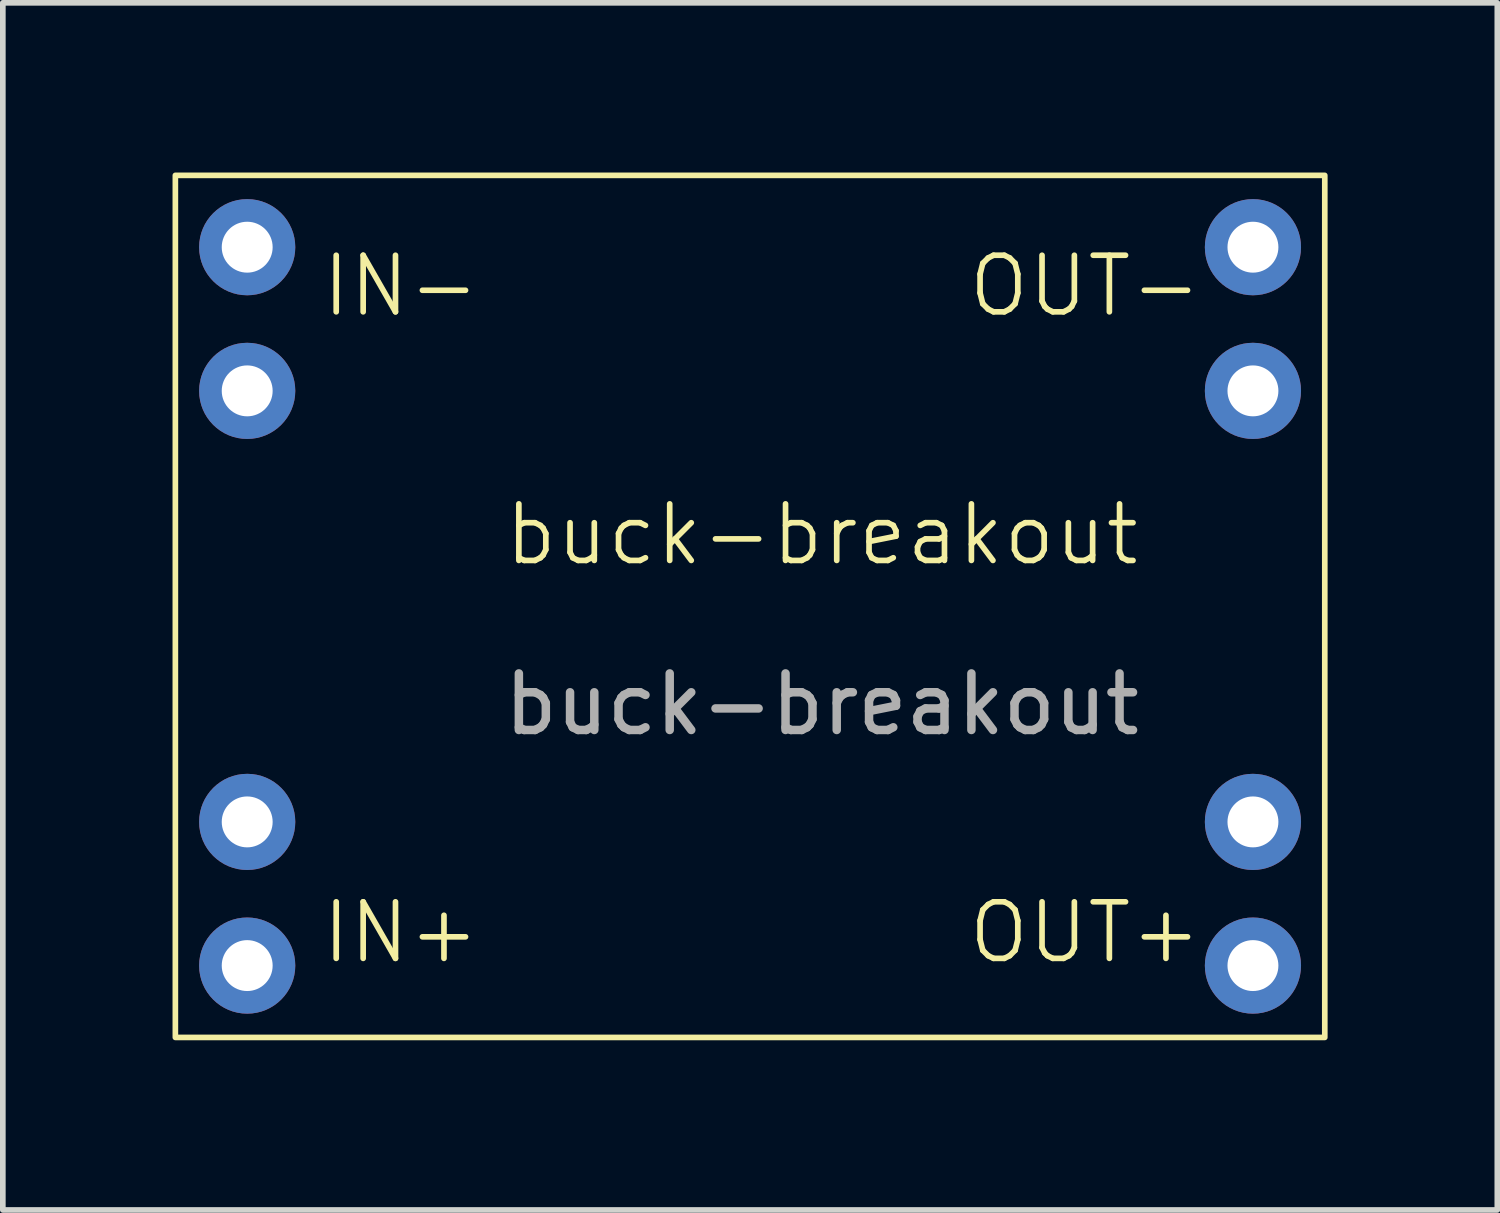
<source format=kicad_pcb>
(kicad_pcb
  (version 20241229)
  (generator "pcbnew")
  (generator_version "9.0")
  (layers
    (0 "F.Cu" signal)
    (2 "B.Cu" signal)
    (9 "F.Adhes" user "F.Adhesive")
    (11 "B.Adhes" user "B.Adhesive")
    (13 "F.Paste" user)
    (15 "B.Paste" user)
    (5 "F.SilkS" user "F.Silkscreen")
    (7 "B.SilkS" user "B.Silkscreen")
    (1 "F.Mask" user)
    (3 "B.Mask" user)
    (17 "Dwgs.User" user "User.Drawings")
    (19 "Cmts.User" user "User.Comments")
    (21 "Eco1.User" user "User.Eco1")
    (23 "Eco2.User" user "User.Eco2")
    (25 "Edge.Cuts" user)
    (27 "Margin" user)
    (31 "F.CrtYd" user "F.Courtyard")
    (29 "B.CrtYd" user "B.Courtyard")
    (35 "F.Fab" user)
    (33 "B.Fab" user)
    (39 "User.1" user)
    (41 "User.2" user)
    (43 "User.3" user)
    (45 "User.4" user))
  (footprint "buck-breakout"
    (layer "F.Cu")
    (at 1.32 14.02)
    (property "Reference" "buck-breakout" (at 10.16 -7.62 0) (unlocked yes) (layer "F.SilkS") (effects (font (size 1 1) (thickness 0.1))))
    (attr through_hole)
    (fp_rect (start -1.27 -13.97) (end 19.05 1.27) (stroke (width 0.1) (type default)) (fill no) (layer "F.SilkS"))
    (fp_text user "IN+" (at 1.27 0 0) (unlocked yes) (layer "F.SilkS") (effects (font (size 1 1) (thickness 0.1)) (justify left bottom)))
    (fp_text user "OUT-" (at 12.7 -11.43 0) (unlocked yes) (layer "F.SilkS") (effects (font (size 1 1) (thickness 0.1)) (justify left bottom)))
    (fp_text user "OUT+" (at 12.7 0 0) (unlocked yes) (layer "F.SilkS") (effects (font (size 1 1) (thickness 0.1)) (justify left bottom)))
    (fp_text user "IN-" (at 1.27 -11.43 0) (unlocked yes) (layer "F.SilkS") (effects (font (size 1 1) (thickness 0.1)) (justify left bottom)))
    (fp_text user "${REFERENCE}" (at 10.16 -4.62 0) (unlocked yes) (layer "F.Fab") (effects (font (size 1 1) (thickness 0.15))))
    (pad "1" thru_hole oval (at 0 -12.7) (size 1.7 1.7) (drill 0.9) (layers "*.Cu" "*.Mask"))
    (pad "2" thru_hole oval (at 0 -10.16) (size 1.7 1.7) (drill 0.9) (layers "*.Cu" "*.Mask"))
    (pad "3" thru_hole oval (at 0 -2.54) (size 1.7 1.7) (drill 0.9) (layers "*.Cu" "*.Mask"))
    (pad "4" thru_hole oval (at 0 0) (size 1.7 1.7) (drill 0.9) (layers "*.Cu" "*.Mask"))
    (pad "5" thru_hole oval (at 17.78 0) (size 1.7 1.7) (drill 0.9) (layers "*.Cu" "*.Mask"))
    (pad "6" thru_hole oval (at 17.78 -2.54) (size 1.7 1.7) (drill 0.9) (layers "*.Cu" "*.Mask"))
    (pad "7" thru_hole oval (at 17.78 -10.16) (size 1.7 1.7) (drill 0.9) (layers "*.Cu" "*.Mask"))
    (pad "8" thru_hole oval (at 17.78 -12.7) (size 1.7 1.7) (drill 0.9) (layers "*.Cu" "*.Mask")))
  (gr_rect
    (start -3 -3)
    (end 23.42 18.34)
    (stroke (width 0.1) (type default))
    (fill no)
    (layer "Edge.Cuts")))
</source>
